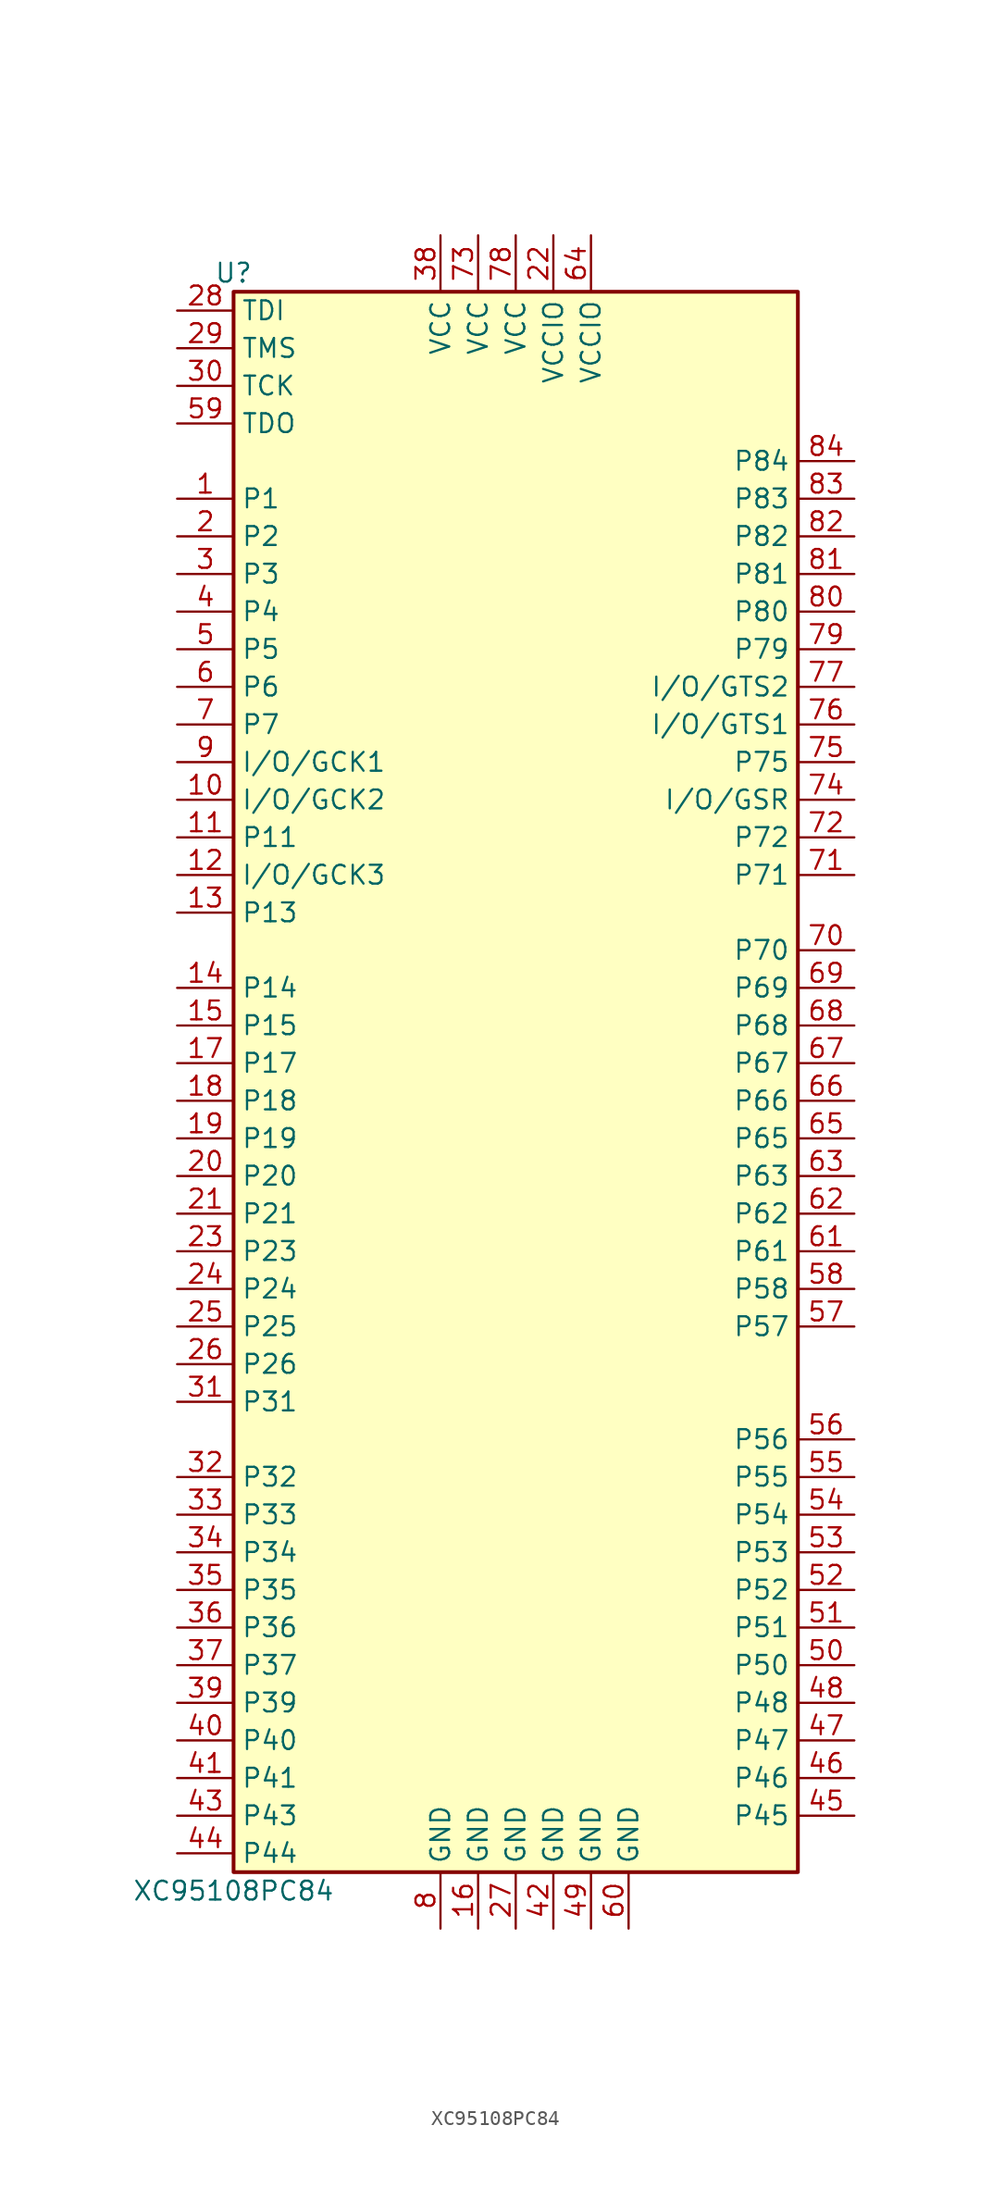
<source format=kicad_sym>
(kicad_symbol_lib
  (version 20231120)
  (generator "kicad_symbol_editor")
  (generator_version "8.0")
  (symbol "XC95108PC84"
    (property "Reference" "U"
      (at -19.05 53.34 0)
      (effects (font (size 1.27 1.27))))
    (property "Value" "XC95108PC84"
      (at -19.05 -55.88 0)
      (effects (font (size 1.27 1.27))))
    (symbol "XC95108PC84_1_1"
      (rectangle (start -19.05 52.07) (end 19.05 -54.61) (stroke (width 0.254) (type default)) (fill (type background)))
      (pin bidirectional line (at -22.86 38.1 0) (length 3.81) (name "P1" (effects (font (size 1.27 1.27)))) (number "1" (effects (font (size 1.27 1.27)))))
      (pin bidirectional line (at -22.86 17.78 0) (length 3.81) (name "I/O/GCK2" (effects (font (size 1.27 1.27)))) (number "10" (effects (font (size 1.27 1.27)))))
      (pin bidirectional line (at -22.86 15.24 0) (length 3.81) (name "P11" (effects (font (size 1.27 1.27)))) (number "11" (effects (font (size 1.27 1.27)))))
      (pin bidirectional line (at -22.86 12.7 0) (length 3.81) (name "I/O/GCK3" (effects (font (size 1.27 1.27)))) (number "12" (effects (font (size 1.27 1.27)))))
      (pin bidirectional line (at -22.86 10.16 0) (length 3.81) (name "P13" (effects (font (size 1.27 1.27)))) (number "13" (effects (font (size 1.27 1.27)))))
      (pin bidirectional line (at -22.86 5.08 0) (length 3.81) (name "P14" (effects (font (size 1.27 1.27)))) (number "14" (effects (font (size 1.27 1.27)))))
      (pin bidirectional line (at -22.86 2.54 0) (length 3.81) (name "P15" (effects (font (size 1.27 1.27)))) (number "15" (effects (font (size 1.27 1.27)))))
      (pin power_in line (at -2.54 -58.42 90) (length 3.81) (name "GND" (effects (font (size 1.27 1.27)))) (number "16" (effects (font (size 1.27 1.27)))))
      (pin bidirectional line (at -22.86 0 0) (length 3.81) (name "P17" (effects (font (size 1.27 1.27)))) (number "17" (effects (font (size 1.27 1.27)))))
      (pin bidirectional line (at -22.86 -2.54 0) (length 3.81) (name "P18" (effects (font (size 1.27 1.27)))) (number "18" (effects (font (size 1.27 1.27)))))
      (pin bidirectional line (at -22.86 -5.08 0) (length 3.81) (name "P19" (effects (font (size 1.27 1.27)))) (number "19" (effects (font (size 1.27 1.27)))))
      (pin bidirectional line (at -22.86 35.56 0) (length 3.81) (name "P2" (effects (font (size 1.27 1.27)))) (number "2" (effects (font (size 1.27 1.27)))))
      (pin bidirectional line (at -22.86 -7.62 0) (length 3.81) (name "P20" (effects (font (size 1.27 1.27)))) (number "20" (effects (font (size 1.27 1.27)))))
      (pin bidirectional line (at -22.86 -10.16 0) (length 3.81) (name "P21" (effects (font (size 1.27 1.27)))) (number "21" (effects (font (size 1.27 1.27)))))
      (pin power_in line (at 2.54 55.88 270) (length 3.81) (name "VCCIO" (effects (font (size 1.27 1.27)))) (number "22" (effects (font (size 1.27 1.27)))))
      (pin bidirectional line (at -22.86 -12.7 0) (length 3.81) (name "P23" (effects (font (size 1.27 1.27)))) (number "23" (effects (font (size 1.27 1.27)))))
      (pin bidirectional line (at -22.86 -15.24 0) (length 3.81) (name "P24" (effects (font (size 1.27 1.27)))) (number "24" (effects (font (size 1.27 1.27)))))
      (pin bidirectional line (at -22.86 -17.78 0) (length 3.81) (name "P25" (effects (font (size 1.27 1.27)))) (number "25" (effects (font (size 1.27 1.27)))))
      (pin bidirectional line (at -22.86 -20.32 0) (length 3.81) (name "P26" (effects (font (size 1.27 1.27)))) (number "26" (effects (font (size 1.27 1.27)))))
      (pin power_in line (at 0 -58.42 90) (length 3.81) (name "GND" (effects (font (size 1.27 1.27)))) (number "27" (effects (font (size 1.27 1.27)))))
      (pin input line (at -22.86 50.8 0) (length 3.81) (name "TDI" (effects (font (size 1.27 1.27)))) (number "28" (effects (font (size 1.27 1.27)))))
      (pin input line (at -22.86 48.26 0) (length 3.81) (name "TMS" (effects (font (size 1.27 1.27)))) (number "29" (effects (font (size 1.27 1.27)))))
      (pin bidirectional line (at -22.86 33.02 0) (length 3.81) (name "P3" (effects (font (size 1.27 1.27)))) (number "3" (effects (font (size 1.27 1.27)))))
      (pin input line (at -22.86 45.72 0) (length 3.81) (name "TCK" (effects (font (size 1.27 1.27)))) (number "30" (effects (font (size 1.27 1.27)))))
      (pin bidirectional line (at -22.86 -22.86 0) (length 3.81) (name "P31" (effects (font (size 1.27 1.27)))) (number "31" (effects (font (size 1.27 1.27)))))
      (pin bidirectional line (at -22.86 -27.94 0) (length 3.81) (name "P32" (effects (font (size 1.27 1.27)))) (number "32" (effects (font (size 1.27 1.27)))))
      (pin bidirectional line (at -22.86 -30.48 0) (length 3.81) (name "P33" (effects (font (size 1.27 1.27)))) (number "33" (effects (font (size 1.27 1.27)))))
      (pin bidirectional line (at -22.86 -33.02 0) (length 3.81) (name "P34" (effects (font (size 1.27 1.27)))) (number "34" (effects (font (size 1.27 1.27)))))
      (pin bidirectional line (at -22.86 -35.56 0) (length 3.81) (name "P35" (effects (font (size 1.27 1.27)))) (number "35" (effects (font (size 1.27 1.27)))))
      (pin bidirectional line (at -22.86 -38.1 0) (length 3.81) (name "P36" (effects (font (size 1.27 1.27)))) (number "36" (effects (font (size 1.27 1.27)))))
      (pin bidirectional line (at -22.86 -40.64 0) (length 3.81) (name "P37" (effects (font (size 1.27 1.27)))) (number "37" (effects (font (size 1.27 1.27)))))
      (pin power_in line (at -5.08 55.88 270) (length 3.81) (name "VCC" (effects (font (size 1.27 1.27)))) (number "38" (effects (font (size 1.27 1.27)))))
      (pin bidirectional line (at -22.86 -43.18 0) (length 3.81) (name "P39" (effects (font (size 1.27 1.27)))) (number "39" (effects (font (size 1.27 1.27)))))
      (pin bidirectional line (at -22.86 30.48 0) (length 3.81) (name "P4" (effects (font (size 1.27 1.27)))) (number "4" (effects (font (size 1.27 1.27)))))
      (pin bidirectional line (at -22.86 -45.72 0) (length 3.81) (name "P40" (effects (font (size 1.27 1.27)))) (number "40" (effects (font (size 1.27 1.27)))))
      (pin bidirectional line (at -22.86 -48.26 0) (length 3.81) (name "P41" (effects (font (size 1.27 1.27)))) (number "41" (effects (font (size 1.27 1.27)))))
      (pin power_in line (at 2.54 -58.42 90) (length 3.81) (name "GND" (effects (font (size 1.27 1.27)))) (number "42" (effects (font (size 1.27 1.27)))))
      (pin bidirectional line (at -22.86 -50.8 0) (length 3.81) (name "P43" (effects (font (size 1.27 1.27)))) (number "43" (effects (font (size 1.27 1.27)))))
      (pin bidirectional line (at -22.86 -53.34 0) (length 3.81) (name "P44" (effects (font (size 1.27 1.27)))) (number "44" (effects (font (size 1.27 1.27)))))
      (pin bidirectional line (at 22.86 -50.8 180) (length 3.81) (name "P45" (effects (font (size 1.27 1.27)))) (number "45" (effects (font (size 1.27 1.27)))))
      (pin bidirectional line (at 22.86 -48.26 180) (length 3.81) (name "P46" (effects (font (size 1.27 1.27)))) (number "46" (effects (font (size 1.27 1.27)))))
      (pin bidirectional line (at 22.86 -45.72 180) (length 3.81) (name "P47" (effects (font (size 1.27 1.27)))) (number "47" (effects (font (size 1.27 1.27)))))
      (pin bidirectional line (at 22.86 -43.18 180) (length 3.81) (name "P48" (effects (font (size 1.27 1.27)))) (number "48" (effects (font (size 1.27 1.27)))))
      (pin power_in line (at 5.08 -58.42 90) (length 3.81) (name "GND" (effects (font (size 1.27 1.27)))) (number "49" (effects (font (size 1.27 1.27)))))
      (pin bidirectional line (at -22.86 27.94 0) (length 3.81) (name "P5" (effects (font (size 1.27 1.27)))) (number "5" (effects (font (size 1.27 1.27)))))
      (pin bidirectional line (at 22.86 -40.64 180) (length 3.81) (name "P50" (effects (font (size 1.27 1.27)))) (number "50" (effects (font (size 1.27 1.27)))))
      (pin bidirectional line (at 22.86 -38.1 180) (length 3.81) (name "P51" (effects (font (size 1.27 1.27)))) (number "51" (effects (font (size 1.27 1.27)))))
      (pin bidirectional line (at 22.86 -35.56 180) (length 3.81) (name "P52" (effects (font (size 1.27 1.27)))) (number "52" (effects (font (size 1.27 1.27)))))
      (pin bidirectional line (at 22.86 -33.02 180) (length 3.81) (name "P53" (effects (font (size 1.27 1.27)))) (number "53" (effects (font (size 1.27 1.27)))))
      (pin bidirectional line (at 22.86 -30.48 180) (length 3.81) (name "P54" (effects (font (size 1.27 1.27)))) (number "54" (effects (font (size 1.27 1.27)))))
      (pin bidirectional line (at 22.86 -27.94 180) (length 3.81) (name "P55" (effects (font (size 1.27 1.27)))) (number "55" (effects (font (size 1.27 1.27)))))
      (pin bidirectional line (at 22.86 -25.4 180) (length 3.81) (name "P56" (effects (font (size 1.27 1.27)))) (number "56" (effects (font (size 1.27 1.27)))))
      (pin bidirectional line (at 22.86 -17.78 180) (length 3.81) (name "P57" (effects (font (size 1.27 1.27)))) (number "57" (effects (font (size 1.27 1.27)))))
      (pin bidirectional line (at 22.86 -15.24 180) (length 3.81) (name "P58" (effects (font (size 1.27 1.27)))) (number "58" (effects (font (size 1.27 1.27)))))
      (pin output line (at -22.86 43.18 0) (length 3.81) (name "TDO" (effects (font (size 1.27 1.27)))) (number "59" (effects (font (size 1.27 1.27)))))
      (pin bidirectional line (at -22.86 25.4 0) (length 3.81) (name "P6" (effects (font (size 1.27 1.27)))) (number "6" (effects (font (size 1.27 1.27)))))
      (pin power_in line (at 7.62 -58.42 90) (length 3.81) (name "GND" (effects (font (size 1.27 1.27)))) (number "60" (effects (font (size 1.27 1.27)))))
      (pin bidirectional line (at 22.86 -12.7 180) (length 3.81) (name "P61" (effects (font (size 1.27 1.27)))) (number "61" (effects (font (size 1.27 1.27)))))
      (pin bidirectional line (at 22.86 -10.16 180) (length 3.81) (name "P62" (effects (font (size 1.27 1.27)))) (number "62" (effects (font (size 1.27 1.27)))))
      (pin bidirectional line (at 22.86 -7.62 180) (length 3.81) (name "P63" (effects (font (size 1.27 1.27)))) (number "63" (effects (font (size 1.27 1.27)))))
      (pin power_in line (at 5.08 55.88 270) (length 3.81) (name "VCCIO" (effects (font (size 1.27 1.27)))) (number "64" (effects (font (size 1.27 1.27)))))
      (pin bidirectional line (at 22.86 -5.08 180) (length 3.81) (name "P65" (effects (font (size 1.27 1.27)))) (number "65" (effects (font (size 1.27 1.27)))))
      (pin bidirectional line (at 22.86 -2.54 180) (length 3.81) (name "P66" (effects (font (size 1.27 1.27)))) (number "66" (effects (font (size 1.27 1.27)))))
      (pin bidirectional line (at 22.86 0 180) (length 3.81) (name "P67" (effects (font (size 1.27 1.27)))) (number "67" (effects (font (size 1.27 1.27)))))
      (pin bidirectional line (at 22.86 2.54 180) (length 3.81) (name "P68" (effects (font (size 1.27 1.27)))) (number "68" (effects (font (size 1.27 1.27)))))
      (pin bidirectional line (at 22.86 5.08 180) (length 3.81) (name "P69" (effects (font (size 1.27 1.27)))) (number "69" (effects (font (size 1.27 1.27)))))
      (pin bidirectional line (at -22.86 22.86 0) (length 3.81) (name "P7" (effects (font (size 1.27 1.27)))) (number "7" (effects (font (size 1.27 1.27)))))
      (pin bidirectional line (at 22.86 7.62 180) (length 3.81) (name "P70" (effects (font (size 1.27 1.27)))) (number "70" (effects (font (size 1.27 1.27)))))
      (pin bidirectional line (at 22.86 12.7 180) (length 3.81) (name "P71" (effects (font (size 1.27 1.27)))) (number "71" (effects (font (size 1.27 1.27)))))
      (pin bidirectional line (at 22.86 15.24 180) (length 3.81) (name "P72" (effects (font (size 1.27 1.27)))) (number "72" (effects (font (size 1.27 1.27)))))
      (pin power_in line (at -2.54 55.88 270) (length 3.81) (name "VCC" (effects (font (size 1.27 1.27)))) (number "73" (effects (font (size 1.27 1.27)))))
      (pin bidirectional line (at 22.86 17.78 180) (length 3.81) (name "I/O/GSR" (effects (font (size 1.27 1.27)))) (number "74" (effects (font (size 1.27 1.27)))))
      (pin bidirectional line (at 22.86 20.32 180) (length 3.81) (name "P75" (effects (font (size 1.27 1.27)))) (number "75" (effects (font (size 1.27 1.27)))))
      (pin bidirectional line (at 22.86 22.86 180) (length 3.81) (name "I/O/GTS1" (effects (font (size 1.27 1.27)))) (number "76" (effects (font (size 1.27 1.27)))))
      (pin bidirectional line (at 22.86 25.4 180) (length 3.81) (name "I/O/GTS2" (effects (font (size 1.27 1.27)))) (number "77" (effects (font (size 1.27 1.27)))))
      (pin power_in line (at 0 55.88 270) (length 3.81) (name "VCC" (effects (font (size 1.27 1.27)))) (number "78" (effects (font (size 1.27 1.27)))))
      (pin bidirectional line (at 22.86 27.94 180) (length 3.81) (name "P79" (effects (font (size 1.27 1.27)))) (number "79" (effects (font (size 1.27 1.27)))))
      (pin power_in line (at -5.08 -58.42 90) (length 3.81) (name "GND" (effects (font (size 1.27 1.27)))) (number "8" (effects (font (size 1.27 1.27)))))
      (pin bidirectional line (at 22.86 30.48 180) (length 3.81) (name "P80" (effects (font (size 1.27 1.27)))) (number "80" (effects (font (size 1.27 1.27)))))
      (pin bidirectional line (at 22.86 33.02 180) (length 3.81) (name "P81" (effects (font (size 1.27 1.27)))) (number "81" (effects (font (size 1.27 1.27)))))
      (pin bidirectional line (at 22.86 35.56 180) (length 3.81) (name "P82" (effects (font (size 1.27 1.27)))) (number "82" (effects (font (size 1.27 1.27)))))
      (pin bidirectional line (at 22.86 38.1 180) (length 3.81) (name "P83" (effects (font (size 1.27 1.27)))) (number "83" (effects (font (size 1.27 1.27)))))
      (pin bidirectional line (at 22.86 40.64 180) (length 3.81) (name "P84" (effects (font (size 1.27 1.27)))) (number "84" (effects (font (size 1.27 1.27)))))
      (pin bidirectional line (at -22.86 20.32 0) (length 3.81) (name "I/O/GCK1" (effects (font (size 1.27 1.27)))) (number "9" (effects (font (size 1.27 1.27))))))))
</source>
